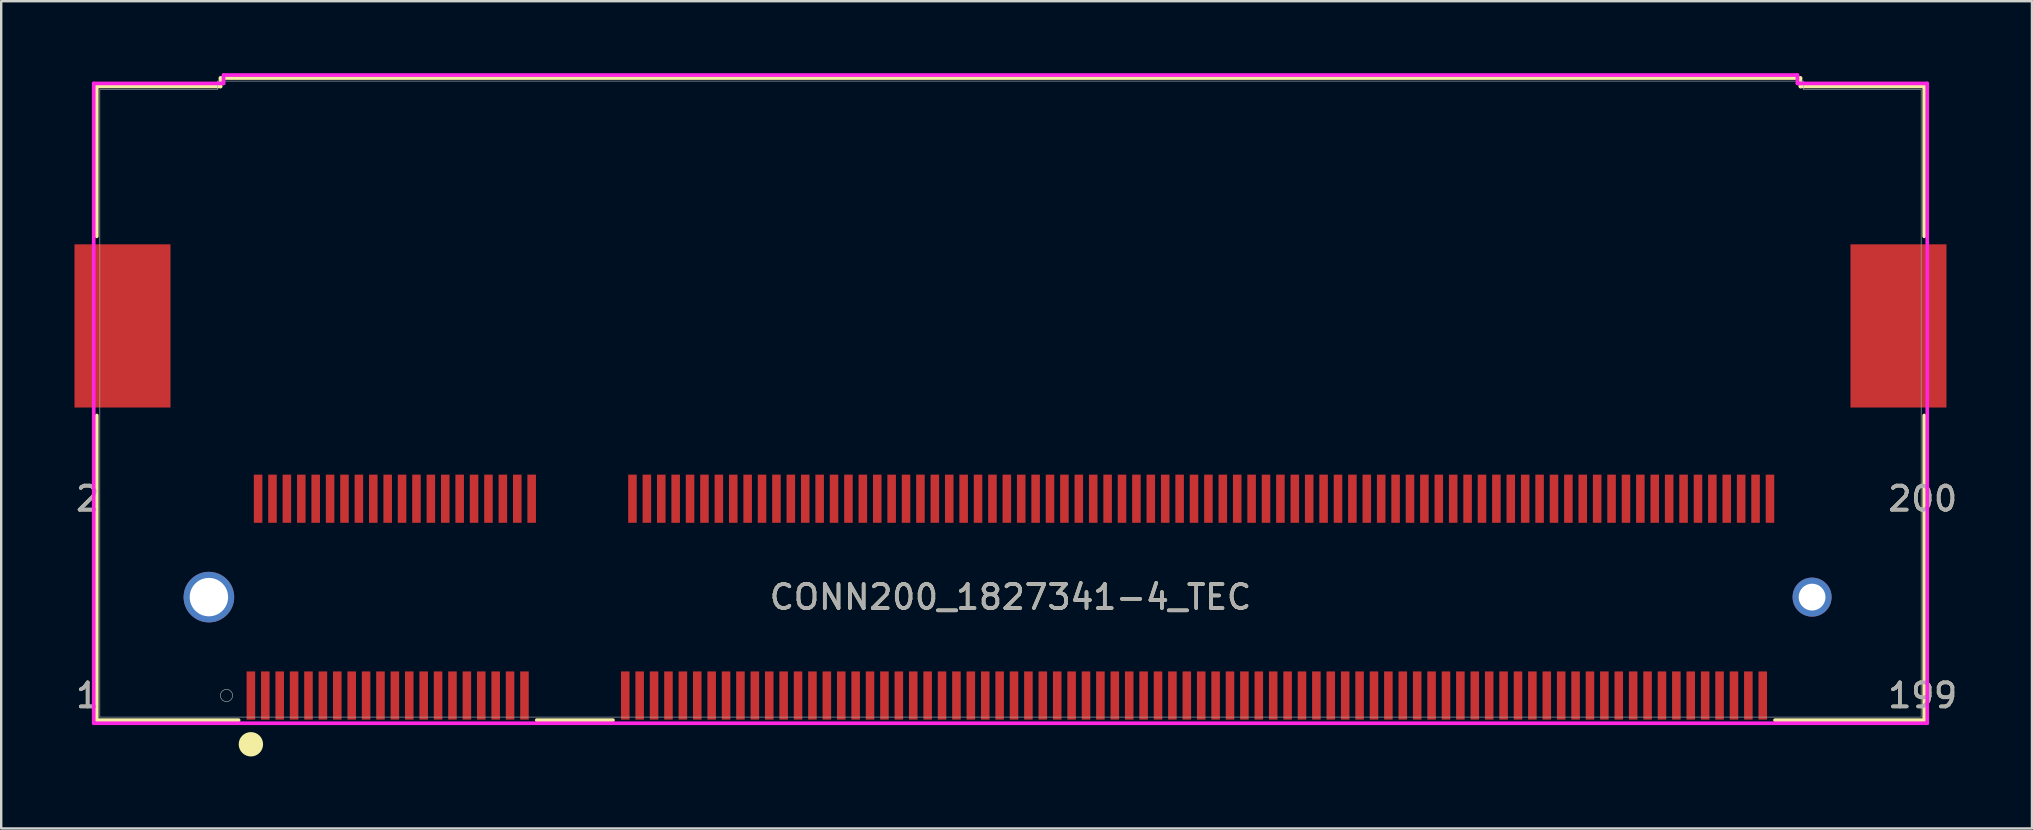
<source format=kicad_pcb>
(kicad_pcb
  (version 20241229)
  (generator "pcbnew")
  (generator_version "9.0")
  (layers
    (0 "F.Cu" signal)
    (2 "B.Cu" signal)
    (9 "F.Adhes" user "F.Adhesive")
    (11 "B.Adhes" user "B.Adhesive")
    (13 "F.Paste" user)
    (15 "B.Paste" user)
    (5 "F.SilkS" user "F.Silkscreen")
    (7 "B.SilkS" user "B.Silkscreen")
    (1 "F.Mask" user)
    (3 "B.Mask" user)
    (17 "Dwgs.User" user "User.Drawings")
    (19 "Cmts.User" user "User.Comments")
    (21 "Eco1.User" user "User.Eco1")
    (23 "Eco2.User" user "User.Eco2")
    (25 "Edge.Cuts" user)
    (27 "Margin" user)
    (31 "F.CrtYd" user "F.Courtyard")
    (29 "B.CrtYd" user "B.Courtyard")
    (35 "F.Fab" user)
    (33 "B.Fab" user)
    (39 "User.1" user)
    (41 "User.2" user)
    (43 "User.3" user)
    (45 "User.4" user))
  (footprint "CONN200_1827341-4_TEC"
    (layer "F.Cu")
    (at 7.404 25.93)
    (property "Reference" "CONN200_1827341-4_TEC" (at 31.65 -4.1 0) (unlocked yes) (layer "F.SilkS") (effects (font (size 1 1) (thickness 0.15))))
    (attr smd)
    (fp_line (start -6.422 -25.377) (end -1.266 -25.377) (stroke (width 0.152) (type solid)) (layer "F.SilkS"))
    (fp_line (start -6.422 -19.133) (end -6.422 -25.377) (stroke (width 0.152) (type solid)) (layer "F.SilkS"))
    (fp_line (start -6.422 1.027) (end -6.422 -11.667) (stroke (width 0.152) (type solid)) (layer "F.SilkS"))
    (fp_line (start -1.266 -25.727) (end 64.566 -25.727) (stroke (width 0.152) (type solid)) (layer "F.SilkS"))
    (fp_line (start -1.266 -25.377) (end -1.266 -25.727) (stroke (width 0.152) (type solid)) (layer "F.SilkS"))
    (fp_line (start -0.51 1.027) (end -6.422 1.027) (stroke (width 0.152) (type solid)) (layer "F.SilkS"))
    (fp_line (start 15.089 1.027) (end 11.909 1.027) (stroke (width 0.152) (type solid)) (layer "F.SilkS"))
    (fp_line (start 64.566 -25.727) (end 64.566 -25.377) (stroke (width 0.152) (type solid)) (layer "F.SilkS"))
    (fp_line (start 64.566 -25.377) (end 69.722 -25.377) (stroke (width 0.152) (type solid)) (layer "F.SilkS"))
    (fp_line (start 69.722 -25.377) (end 69.722 -19.133) (stroke (width 0.152) (type solid)) (layer "F.SilkS"))
    (fp_line (start 69.722 -11.667) (end 69.722 1.027) (stroke (width 0.152) (type solid)) (layer "F.SilkS"))
    (fp_line (start 69.722 1.027) (end 63.504 1.027) (stroke (width 0.152) (type solid)) (layer "F.SilkS"))
    (fp_circle (center 0 2.032) (end 0.254 2.032) (stroke (width 0.508) (type solid)) (fill no) (layer "F.SilkS"))
    (fp_line (start -6.549 -25.504) (end -1.139 -25.504) (stroke (width 0.152) (type solid)) (layer "F.CrtYd"))
    (fp_line (start -6.549 1.154) (end -6.549 -25.504) (stroke (width 0.152) (type solid)) (layer "F.CrtYd"))
    (fp_line (start -1.139 -25.854) (end 64.439 -25.854) (stroke (width 0.152) (type solid)) (layer "F.CrtYd"))
    (fp_line (start -1.139 -25.504) (end -1.139 -25.854) (stroke (width 0.152) (type solid)) (layer "F.CrtYd"))
    (fp_line (start 64.439 -25.854) (end 64.439 -25.504) (stroke (width 0.152) (type solid)) (layer "F.CrtYd"))
    (fp_line (start 64.439 -25.504) (end 69.849 -25.504) (stroke (width 0.152) (type solid)) (layer "F.CrtYd"))
    (fp_line (start 69.849 -25.504) (end 69.849 1.154) (stroke (width 0.152) (type solid)) (layer "F.CrtYd"))
    (fp_line (start 69.849 1.154) (end -6.549 1.154) (stroke (width 0.152) (type solid)) (layer "F.CrtYd"))
    (fp_line (start -6.295 -25.25) (end -1.393 -25.25) (stroke (width 0.025) (type solid)) (layer "F.Fab"))
    (fp_line (start -6.295 0.9) (end -6.295 -25.25) (stroke (width 0.025) (type solid)) (layer "F.Fab"))
    (fp_line (start -1.393 -25.6) (end 64.693 -25.6) (stroke (width 0.025) (type solid)) (layer "F.Fab"))
    (fp_line (start -1.393 -25.25) (end -1.393 -25.6) (stroke (width 0.025) (type solid)) (layer "F.Fab"))
    (fp_line (start 64.693 -25.6) (end 64.693 -25.25) (stroke (width 0.025) (type solid)) (layer "F.Fab"))
    (fp_line (start 64.693 -25.25) (end 69.595 -25.25) (stroke (width 0.025) (type solid)) (layer "F.Fab"))
    (fp_line (start 69.595 -25.25) (end 69.595 0.9) (stroke (width 0.025) (type solid)) (layer "F.Fab"))
    (fp_line (start 69.595 0.9) (end -6.295 0.9) (stroke (width 0.025) (type solid)) (layer "F.Fab"))
    (fp_circle (center -1.016 0) (end -0.762 0) (stroke (width 0.025) (type solid)) (fill no) (layer "F.Fab"))
    (fp_text user "2" (at -6.803 -8.2 0) (unlocked yes) (layer "F.SilkS") (effects (font (size 1 1) (thickness 0.15))))
    (fp_text user "199" (at 69.658 0 0) (unlocked yes) (layer "F.SilkS") (effects (font (size 1 1) (thickness 0.15))))
    (fp_text user "1" (at -6.803 0 0) (unlocked yes) (layer "F.SilkS") (effects (font (size 1 1) (thickness 0.15))))
    (fp_text user "200" (at 69.658 -8.2 0) (unlocked yes) (layer "F.SilkS") (effects (font (size 1 1) (thickness 0.15))))
    (fp_text user "1" (at -6.803 0 0) (unlocked yes) (layer "F.Fab") (effects (font (size 1 1) (thickness 0.15))))
    (fp_text user "${REFERENCE}" (at 31.65 -4.1 0) (unlocked yes) (layer "F.Fab") (effects (font (size 1 1) (thickness 0.15))))
    (fp_text user "2" (at -6.803 -8.2 0) (unlocked yes) (layer "F.Fab") (effects (font (size 1 1) (thickness 0.15))))
    (fp_text user "200" (at 69.658 -8.2 0) (unlocked yes) (layer "F.Fab") (effects (font (size 1 1) (thickness 0.15))))
    (fp_text user "199" (at 69.658 0 0) (unlocked yes) (layer "F.Fab") (effects (font (size 1 1) (thickness 0.15))))
    (pad "1" smd rect (at 0 0) (size 0.356 2.007) (layers "F.Cu" "F.Mask" "F.Paste"))
    (pad "2" smd rect (at 0.3 -8.2) (size 0.356 2.007) (layers "F.Cu" "F.Mask" "F.Paste"))
    (pad "3" smd rect (at 0.6 0) (size 0.356 2.007) (layers "F.Cu" "F.Mask" "F.Paste"))
    (pad "4" smd rect (at 0.9 -8.2) (size 0.356 2.007) (layers "F.Cu" "F.Mask" "F.Paste"))
    (pad "5" smd rect (at 1.2 0) (size 0.356 2.007) (layers "F.Cu" "F.Mask" "F.Paste"))
    (pad "6" smd rect (at 1.5 -8.2) (size 0.356 2.007) (layers "F.Cu" "F.Mask" "F.Paste"))
    (pad "7" smd rect (at 1.8 0) (size 0.356 2.007) (layers "F.Cu" "F.Mask" "F.Paste"))
    (pad "8" smd rect (at 2.1 -8.2) (size 0.356 2.007) (layers "F.Cu" "F.Mask" "F.Paste"))
    (pad "9" smd rect (at 2.4 0) (size 0.356 2.007) (layers "F.Cu" "F.Mask" "F.Paste"))
    (pad "10" smd rect (at 2.7 -8.2) (size 0.356 2.007) (layers "F.Cu" "F.Mask" "F.Paste"))
    (pad "11" smd rect (at 3 0) (size 0.356 2.007) (layers "F.Cu" "F.Mask" "F.Paste"))
    (pad "12" smd rect (at 3.3 -8.2) (size 0.356 2.007) (layers "F.Cu" "F.Mask" "F.Paste"))
    (pad "13" smd rect (at 3.6 0) (size 0.356 2.007) (layers "F.Cu" "F.Mask" "F.Paste"))
    (pad "14" smd rect (at 3.9 -8.2) (size 0.356 2.007) (layers "F.Cu" "F.Mask" "F.Paste"))
    (pad "15" smd rect (at 4.2 0) (size 0.356 2.007) (layers "F.Cu" "F.Mask" "F.Paste"))
    (pad "16" smd rect (at 4.5 -8.2) (size 0.356 2.007) (layers "F.Cu" "F.Mask" "F.Paste"))
    (pad "17" smd rect (at 4.8 0) (size 0.356 2.007) (layers "F.Cu" "F.Mask" "F.Paste"))
    (pad "18" smd rect (at 5.1 -8.2) (size 0.356 2.007) (layers "F.Cu" "F.Mask" "F.Paste"))
    (pad "19" smd rect (at 5.4 0) (size 0.356 2.007) (layers "F.Cu" "F.Mask" "F.Paste"))
    (pad "20" smd rect (at 5.7 -8.2) (size 0.356 2.007) (layers "F.Cu" "F.Mask" "F.Paste"))
    (pad "21" smd rect (at 5.999 0) (size 0.356 2.007) (layers "F.Cu" "F.Mask" "F.Paste"))
    (pad "22" smd rect (at 6.299 -8.2) (size 0.356 2.007) (layers "F.Cu" "F.Mask" "F.Paste"))
    (pad "23" smd rect (at 6.599 0) (size 0.356 2.007) (layers "F.Cu" "F.Mask" "F.Paste"))
    (pad "24" smd rect (at 6.899 -8.2) (size 0.356 2.007) (layers "F.Cu" "F.Mask" "F.Paste"))
    (pad "25" smd rect (at 7.199 0) (size 0.356 2.007) (layers "F.Cu" "F.Mask" "F.Paste"))
    (pad "26" smd rect (at 7.499 -8.2) (size 0.356 2.007) (layers "F.Cu" "F.Mask" "F.Paste"))
    (pad "27" smd rect (at 7.799 0) (size 0.356 2.007) (layers "F.Cu" "F.Mask" "F.Paste"))
    (pad "28" smd rect (at 8.099 -8.2) (size 0.356 2.007) (layers "F.Cu" "F.Mask" "F.Paste"))
    (pad "29" smd rect (at 8.399 0) (size 0.356 2.007) (layers "F.Cu" "F.Mask" "F.Paste"))
    (pad "30" smd rect (at 8.699 -8.2) (size 0.356 2.007) (layers "F.Cu" "F.Mask" "F.Paste"))
    (pad "31" smd rect (at 8.999 0) (size 0.356 2.007) (layers "F.Cu" "F.Mask" "F.Paste"))
    (pad "32" smd rect (at 9.299 -8.2) (size 0.356 2.007) (layers "F.Cu" "F.Mask" "F.Paste"))
    (pad "33" smd rect (at 9.599 0) (size 0.356 2.007) (layers "F.Cu" "F.Mask" "F.Paste"))
    (pad "34" smd rect (at 9.899 -8.2) (size 0.356 2.007) (layers "F.Cu" "F.Mask" "F.Paste"))
    (pad "35" smd rect (at 10.199 0) (size 0.356 2.007) (layers "F.Cu" "F.Mask" "F.Paste"))
    (pad "36" smd rect (at 10.499 -8.2) (size 0.356 2.007) (layers "F.Cu" "F.Mask" "F.Paste"))
    (pad "37" smd rect (at 10.799 0) (size 0.356 2.007) (layers "F.Cu" "F.Mask" "F.Paste"))
    (pad "38" smd rect (at 11.099 -8.2) (size 0.356 2.007) (layers "F.Cu" "F.Mask" "F.Paste"))
    (pad "39" smd rect (at 11.399 0) (size 0.356 2.007) (layers "F.Cu" "F.Mask" "F.Paste"))
    (pad "40" smd rect (at 11.699 -8.2) (size 0.356 2.007) (layers "F.Cu" "F.Mask" "F.Paste"))
    (pad "41" smd rect (at 15.599 0) (size 0.356 2.007) (layers "F.Cu" "F.Mask" "F.Paste"))
    (pad "42" smd rect (at 15.899 -8.2) (size 0.356 2.007) (layers "F.Cu" "F.Mask" "F.Paste"))
    (pad "43" smd rect (at 16.199 0) (size 0.356 2.007) (layers "F.Cu" "F.Mask" "F.Paste"))
    (pad "44" smd rect (at 16.499 -8.2) (size 0.356 2.007) (layers "F.Cu" "F.Mask" "F.Paste"))
    (pad "45" smd rect (at 16.799 0) (size 0.356 2.007) (layers "F.Cu" "F.Mask" "F.Paste"))
    (pad "46" smd rect (at 17.099 -8.2) (size 0.356 2.007) (layers "F.Cu" "F.Mask" "F.Paste"))
    (pad "47" smd rect (at 17.399 0) (size 0.356 2.007) (layers "F.Cu" "F.Mask" "F.Paste"))
    (pad "48" smd rect (at 17.699 -8.2) (size 0.356 2.007) (layers "F.Cu" "F.Mask" "F.Paste"))
    (pad "49" smd rect (at 17.999 0) (size 0.356 2.007) (layers "F.Cu" "F.Mask" "F.Paste"))
    (pad "50" smd rect (at 18.299 -8.2) (size 0.356 2.007) (layers "F.Cu" "F.Mask" "F.Paste"))
    (pad "51" smd rect (at 18.599 0) (size 0.356 2.007) (layers "F.Cu" "F.Mask" "F.Paste"))
    (pad "52" smd rect (at 18.899 -8.2) (size 0.356 2.007) (layers "F.Cu" "F.Mask" "F.Paste"))
    (pad "53" smd rect (at 19.199 0) (size 0.356 2.007) (layers "F.Cu" "F.Mask" "F.Paste"))
    (pad "54" smd rect (at 19.499 -8.2) (size 0.356 2.007) (layers "F.Cu" "F.Mask" "F.Paste"))
    (pad "55" smd rect (at 19.799 0) (size 0.356 2.007) (layers "F.Cu" "F.Mask" "F.Paste"))
    (pad "56" smd rect (at 20.099 -8.2) (size 0.356 2.007) (layers "F.Cu" "F.Mask" "F.Paste"))
    (pad "57" smd rect (at 20.398 0) (size 0.356 2.007) (layers "F.Cu" "F.Mask" "F.Paste"))
    (pad "58" smd rect (at 20.698 -8.2) (size 0.356 2.007) (layers "F.Cu" "F.Mask" "F.Paste"))
    (pad "59" smd rect (at 20.998 0) (size 0.356 2.007) (layers "F.Cu" "F.Mask" "F.Paste"))
    (pad "60" smd rect (at 21.298 -8.2) (size 0.356 2.007) (layers "F.Cu" "F.Mask" "F.Paste"))
    (pad "61" smd rect (at 21.598 0) (size 0.356 2.007) (layers "F.Cu" "F.Mask" "F.Paste"))
    (pad "62" smd rect (at 21.898 -8.2) (size 0.356 2.007) (layers "F.Cu" "F.Mask" "F.Paste"))
    (pad "63" smd rect (at 22.198 0) (size 0.356 2.007) (layers "F.Cu" "F.Mask" "F.Paste"))
    (pad "64" smd rect (at 22.498 -8.2) (size 0.356 2.007) (layers "F.Cu" "F.Mask" "F.Paste"))
    (pad "65" smd rect (at 22.798 0) (size 0.356 2.007) (layers "F.Cu" "F.Mask" "F.Paste"))
    (pad "66" smd rect (at 23.098 -8.2) (size 0.356 2.007) (layers "F.Cu" "F.Mask" "F.Paste"))
    (pad "67" smd rect (at 23.398 0) (size 0.356 2.007) (layers "F.Cu" "F.Mask" "F.Paste"))
    (pad "68" smd rect (at 23.698 -8.2) (size 0.356 2.007) (layers "F.Cu" "F.Mask" "F.Paste"))
    (pad "69" smd rect (at 23.998 0) (size 0.356 2.007) (layers "F.Cu" "F.Mask" "F.Paste"))
    (pad "70" smd rect (at 24.298 -8.2) (size 0.356 2.007) (layers "F.Cu" "F.Mask" "F.Paste"))
    (pad "71" smd rect (at 24.598 0) (size 0.356 2.007) (layers "F.Cu" "F.Mask" "F.Paste"))
    (pad "72" smd rect (at 24.898 -8.2) (size 0.356 2.007) (layers "F.Cu" "F.Mask" "F.Paste"))
    (pad "73" smd rect (at 25.198 0) (size 0.356 2.007) (layers "F.Cu" "F.Mask" "F.Paste"))
    (pad "74" smd rect (at 25.498 -8.2) (size 0.356 2.007) (layers "F.Cu" "F.Mask" "F.Paste"))
    (pad "75" smd rect (at 25.798 0) (size 0.356 2.007) (layers "F.Cu" "F.Mask" "F.Paste"))
    (pad "76" smd rect (at 26.098 -8.2) (size 0.356 2.007) (layers "F.Cu" "F.Mask" "F.Paste"))
    (pad "77" smd rect (at 26.398 0) (size 0.356 2.007) (layers "F.Cu" "F.Mask" "F.Paste"))
    (pad "78" smd rect (at 26.698 -8.2) (size 0.356 2.007) (layers "F.Cu" "F.Mask" "F.Paste"))
    (pad "79" smd rect (at 26.998 0) (size 0.356 2.007) (layers "F.Cu" "F.Mask" "F.Paste"))
    (pad "80" smd rect (at 27.298 -8.2) (size 0.356 2.007) (layers "F.Cu" "F.Mask" "F.Paste"))
    (pad "81" smd rect (at 27.598 0) (size 0.356 2.007) (layers "F.Cu" "F.Mask" "F.Paste"))
    (pad "82" smd rect (at 27.898 -8.2) (size 0.356 2.007) (layers "F.Cu" "F.Mask" "F.Paste"))
    (pad "83" smd rect (at 28.198 0) (size 0.356 2.007) (layers "F.Cu" "F.Mask" "F.Paste"))
    (pad "84" smd rect (at 28.498 -8.2) (size 0.356 2.007) (layers "F.Cu" "F.Mask" "F.Paste"))
    (pad "85" smd rect (at 28.798 0) (size 0.356 2.007) (layers "F.Cu" "F.Mask" "F.Paste"))
    (pad "86" smd rect (at 29.098 -8.2) (size 0.356 2.007) (layers "F.Cu" "F.Mask" "F.Paste"))
    (pad "87" smd rect (at 29.398 0) (size 0.356 2.007) (layers "F.Cu" "F.Mask" "F.Paste"))
    (pad "88" smd rect (at 29.698 -8.2) (size 0.356 2.007) (layers "F.Cu" "F.Mask" "F.Paste"))
    (pad "89" smd rect (at 29.998 0) (size 0.356 2.007) (layers "F.Cu" "F.Mask" "F.Paste"))
    (pad "90" smd rect (at 30.298 -8.2) (size 0.356 2.007) (layers "F.Cu" "F.Mask" "F.Paste"))
    (pad "91" smd rect (at 30.598 0) (size 0.356 2.007) (layers "F.Cu" "F.Mask" "F.Paste"))
    (pad "92" smd rect (at 30.898 -8.2) (size 0.356 2.007) (layers "F.Cu" "F.Mask" "F.Paste"))
    (pad "93" smd rect (at 31.198 0) (size 0.356 2.007) (layers "F.Cu" "F.Mask" "F.Paste"))
    (pad "94" smd rect (at 31.498 -8.2) (size 0.356 2.007) (layers "F.Cu" "F.Mask" "F.Paste"))
    (pad "95" smd rect (at 31.797 0) (size 0.356 2.007) (layers "F.Cu" "F.Mask" "F.Paste"))
    (pad "96" smd rect (at 32.097 -8.2) (size 0.356 2.007) (layers "F.Cu" "F.Mask" "F.Paste"))
    (pad "97" smd rect (at 32.397 0) (size 0.356 2.007) (layers "F.Cu" "F.Mask" "F.Paste"))
    (pad "98" smd rect (at 32.697 -8.2) (size 0.356 2.007) (layers "F.Cu" "F.Mask" "F.Paste"))
    (pad "99" smd rect (at 32.997 0) (size 0.356 2.007) (layers "F.Cu" "F.Mask" "F.Paste"))
    (pad "100" smd rect (at 33.297 -8.2) (size 0.356 2.007) (layers "F.Cu" "F.Mask" "F.Paste"))
    (pad "101" smd rect (at 33.597 0) (size 0.356 2.007) (layers "F.Cu" "F.Mask" "F.Paste"))
    (pad "102" smd rect (at 33.897 -8.2) (size 0.356 2.007) (layers "F.Cu" "F.Mask" "F.Paste"))
    (pad "103" smd rect (at 34.197 0) (size 0.356 2.007) (layers "F.Cu" "F.Mask" "F.Paste"))
    (pad "104" smd rect (at 34.497 -8.2) (size 0.356 2.007) (layers "F.Cu" "F.Mask" "F.Paste"))
    (pad "105" smd rect (at 34.797 0) (size 0.356 2.007) (layers "F.Cu" "F.Mask" "F.Paste"))
    (pad "106" smd rect (at 35.097 -8.2) (size 0.356 2.007) (layers "F.Cu" "F.Mask" "F.Paste"))
    (pad "107" smd rect (at 35.397 0) (size 0.356 2.007) (layers "F.Cu" "F.Mask" "F.Paste"))
    (pad "108" smd rect (at 35.697 -8.2) (size 0.356 2.007) (layers "F.Cu" "F.Mask" "F.Paste"))
    (pad "109" smd rect (at 35.997 0) (size 0.356 2.007) (layers "F.Cu" "F.Mask" "F.Paste"))
    (pad "110" smd rect (at 36.297 -8.2) (size 0.356 2.007) (layers "F.Cu" "F.Mask" "F.Paste"))
    (pad "111" smd rect (at 36.597 0) (size 0.356 2.007) (layers "F.Cu" "F.Mask" "F.Paste"))
    (pad "112" smd rect (at 36.897 -8.2) (size 0.356 2.007) (layers "F.Cu" "F.Mask" "F.Paste"))
    (pad "113" smd rect (at 37.197 0) (size 0.356 2.007) (layers "F.Cu" "F.Mask" "F.Paste"))
    (pad "114" smd rect (at 37.497 -8.2) (size 0.356 2.007) (layers "F.Cu" "F.Mask" "F.Paste"))
    (pad "115" smd rect (at 37.797 0) (size 0.356 2.007) (layers "F.Cu" "F.Mask" "F.Paste"))
    (pad "116" smd rect (at 38.097 -8.2) (size 0.356 2.007) (layers "F.Cu" "F.Mask" "F.Paste"))
    (pad "117" smd rect (at 38.397 0) (size 0.356 2.007) (layers "F.Cu" "F.Mask" "F.Paste"))
    (pad "118" smd rect (at 38.697 -8.2) (size 0.356 2.007) (layers "F.Cu" "F.Mask" "F.Paste"))
    (pad "119" smd rect (at 38.997 0) (size 0.356 2.007) (layers "F.Cu" "F.Mask" "F.Paste"))
    (pad "120" smd rect (at 39.297 -8.2) (size 0.356 2.007) (layers "F.Cu" "F.Mask" "F.Paste"))
    (pad "121" smd rect (at 39.597 0) (size 0.356 2.007) (layers "F.Cu" "F.Mask" "F.Paste"))
    (pad "122" smd rect (at 39.897 -8.2) (size 0.356 2.007) (layers "F.Cu" "F.Mask" "F.Paste"))
    (pad "123" smd rect (at 40.197 0) (size 0.356 2.007) (layers "F.Cu" "F.Mask" "F.Paste"))
    (pad "124" smd rect (at 40.497 -8.2) (size 0.356 2.007) (layers "F.Cu" "F.Mask" "F.Paste"))
    (pad "125" smd rect (at 40.797 0) (size 0.356 2.007) (layers "F.Cu" "F.Mask" "F.Paste"))
    (pad "126" smd rect (at 41.097 -8.2) (size 0.356 2.007) (layers "F.Cu" "F.Mask" "F.Paste"))
    (pad "127" smd rect (at 41.397 0) (size 0.356 2.007) (layers "F.Cu" "F.Mask" "F.Paste"))
    (pad "128" smd rect (at 41.697 -8.2) (size 0.356 2.007) (layers "F.Cu" "F.Mask" "F.Paste"))
    (pad "129" smd rect (at 41.997 0) (size 0.356 2.007) (layers "F.Cu" "F.Mask" "F.Paste"))
    (pad "130" smd rect (at 42.297 -8.2) (size 0.356 2.007) (layers "F.Cu" "F.Mask" "F.Paste"))
    (pad "131" smd rect (at 42.597 0) (size 0.356 2.007) (layers "F.Cu" "F.Mask" "F.Paste"))
    (pad "132" smd rect (at 42.897 -8.2) (size 0.356 2.007) (layers "F.Cu" "F.Mask" "F.Paste"))
    (pad "133" smd rect (at 43.197 0) (size 0.356 2.007) (layers "F.Cu" "F.Mask" "F.Paste"))
    (pad "134" smd rect (at 43.497 -8.2) (size 0.356 2.007) (layers "F.Cu" "F.Mask" "F.Paste"))
    (pad "135" smd rect (at 43.796 0) (size 0.356 2.007) (layers "F.Cu" "F.Mask" "F.Paste"))
    (pad "136" smd rect (at 44.096 -8.2) (size 0.356 2.007) (layers "F.Cu" "F.Mask" "F.Paste"))
    (pad "137" smd rect (at 44.396 0) (size 0.356 2.007) (layers "F.Cu" "F.Mask" "F.Paste"))
    (pad "138" smd rect (at 44.696 -8.2) (size 0.356 2.007) (layers "F.Cu" "F.Mask" "F.Paste"))
    (pad "139" smd rect (at 44.996 0) (size 0.356 2.007) (layers "F.Cu" "F.Mask" "F.Paste"))
    (pad "140" smd rect (at 45.296 -8.2) (size 0.356 2.007) (layers "F.Cu" "F.Mask" "F.Paste"))
    (pad "141" smd rect (at 45.596 0) (size 0.356 2.007) (layers "F.Cu" "F.Mask" "F.Paste"))
    (pad "142" smd rect (at 45.896 -8.2) (size 0.356 2.007) (layers "F.Cu" "F.Mask" "F.Paste"))
    (pad "143" smd rect (at 46.196 0) (size 0.356 2.007) (layers "F.Cu" "F.Mask" "F.Paste"))
    (pad "144" smd rect (at 46.496 -8.2) (size 0.356 2.007) (layers "F.Cu" "F.Mask" "F.Paste"))
    (pad "145" smd rect (at 46.796 0) (size 0.356 2.007) (layers "F.Cu" "F.Mask" "F.Paste"))
    (pad "146" smd rect (at 47.096 -8.2) (size 0.356 2.007) (layers "F.Cu" "F.Mask" "F.Paste"))
    (pad "147" smd rect (at 47.396 0) (size 0.356 2.007) (layers "F.Cu" "F.Mask" "F.Paste"))
    (pad "148" smd rect (at 47.696 -8.2) (size 0.356 2.007) (layers "F.Cu" "F.Mask" "F.Paste"))
    (pad "149" smd rect (at 47.996 0) (size 0.356 2.007) (layers "F.Cu" "F.Mask" "F.Paste"))
    (pad "150" smd rect (at 48.296 -8.2) (size 0.356 2.007) (layers "F.Cu" "F.Mask" "F.Paste"))
    (pad "151" smd rect (at 48.596 0) (size 0.356 2.007) (layers "F.Cu" "F.Mask" "F.Paste"))
    (pad "152" smd rect (at 48.896 -8.2) (size 0.356 2.007) (layers "F.Cu" "F.Mask" "F.Paste"))
    (pad "153" smd rect (at 49.196 0) (size 0.356 2.007) (layers "F.Cu" "F.Mask" "F.Paste"))
    (pad "154" smd rect (at 49.496 -8.2) (size 0.356 2.007) (layers "F.Cu" "F.Mask" "F.Paste"))
    (pad "155" smd rect (at 49.796 0) (size 0.356 2.007) (layers "F.Cu" "F.Mask" "F.Paste"))
    (pad "156" smd rect (at 50.096 -8.2) (size 0.356 2.007) (layers "F.Cu" "F.Mask" "F.Paste"))
    (pad "157" smd rect (at 50.396 0) (size 0.356 2.007) (layers "F.Cu" "F.Mask" "F.Paste"))
    (pad "158" smd rect (at 50.696 -8.2) (size 0.356 2.007) (layers "F.Cu" "F.Mask" "F.Paste"))
    (pad "159" smd rect (at 50.996 0) (size 0.356 2.007) (layers "F.Cu" "F.Mask" "F.Paste"))
    (pad "160" smd rect (at 51.296 -8.2) (size 0.356 2.007) (layers "F.Cu" "F.Mask" "F.Paste"))
    (pad "161" smd rect (at 51.596 0) (size 0.356 2.007) (layers "F.Cu" "F.Mask" "F.Paste"))
    (pad "162" smd rect (at 51.896 -8.2) (size 0.356 2.007) (layers "F.Cu" "F.Mask" "F.Paste"))
    (pad "163" smd rect (at 52.196 0) (size 0.356 2.007) (layers "F.Cu" "F.Mask" "F.Paste"))
    (pad "164" smd rect (at 52.496 -8.2) (size 0.356 2.007) (layers "F.Cu" "F.Mask" "F.Paste"))
    (pad "165" smd rect (at 52.796 0) (size 0.356 2.007) (layers "F.Cu" "F.Mask" "F.Paste"))
    (pad "166" smd rect (at 53.096 -8.2) (size 0.356 2.007) (layers "F.Cu" "F.Mask" "F.Paste"))
    (pad "167" smd rect (at 53.396 0) (size 0.356 2.007) (layers "F.Cu" "F.Mask" "F.Paste"))
    (pad "168" smd rect (at 53.696 -8.2) (size 0.356 2.007) (layers "F.Cu" "F.Mask" "F.Paste"))
    (pad "169" smd rect (at 53.996 0) (size 0.356 2.007) (layers "F.Cu" "F.Mask" "F.Paste"))
    (pad "170" smd rect (at 54.296 -8.2) (size 0.356 2.007) (layers "F.Cu" "F.Mask" "F.Paste"))
    (pad "171" smd rect (at 54.596 0) (size 0.356 2.007) (layers "F.Cu" "F.Mask" "F.Paste"))
    (pad "172" smd rect (at 54.896 -8.2) (size 0.356 2.007) (layers "F.Cu" "F.Mask" "F.Paste"))
    (pad "173" smd rect (at 55.195 0) (size 0.356 2.007) (layers "F.Cu" "F.Mask" "F.Paste"))
    (pad "174" smd rect (at 55.495 -8.2) (size 0.356 2.007) (layers "F.Cu" "F.Mask" "F.Paste"))
    (pad "175" smd rect (at 55.795 0) (size 0.356 2.007) (layers "F.Cu" "F.Mask" "F.Paste"))
    (pad "176" smd rect (at 56.095 -8.2) (size 0.356 2.007) (layers "F.Cu" "F.Mask" "F.Paste"))
    (pad "177" smd rect (at 56.395 0) (size 0.356 2.007) (layers "F.Cu" "F.Mask" "F.Paste"))
    (pad "178" smd rect (at 56.695 -8.2) (size 0.356 2.007) (layers "F.Cu" "F.Mask" "F.Paste"))
    (pad "179" smd rect (at 56.995 0) (size 0.356 2.007) (layers "F.Cu" "F.Mask" "F.Paste"))
    (pad "180" smd rect (at 57.295 -8.2) (size 0.356 2.007) (layers "F.Cu" "F.Mask" "F.Paste"))
    (pad "181" smd rect (at 57.595 0) (size 0.356 2.007) (layers "F.Cu" "F.Mask" "F.Paste"))
    (pad "182" smd rect (at 57.895 -8.2) (size 0.356 2.007) (layers "F.Cu" "F.Mask" "F.Paste"))
    (pad "183" smd rect (at 58.195 0) (size 0.356 2.007) (layers "F.Cu" "F.Mask" "F.Paste"))
    (pad "184" smd rect (at 58.495 -8.2) (size 0.356 2.007) (layers "F.Cu" "F.Mask" "F.Paste"))
    (pad "185" smd rect (at 58.795 0) (size 0.356 2.007) (layers "F.Cu" "F.Mask" "F.Paste"))
    (pad "186" smd rect (at 59.095 -8.2) (size 0.356 2.007) (layers "F.Cu" "F.Mask" "F.Paste"))
    (pad "187" smd rect (at 59.395 0) (size 0.356 2.007) (layers "F.Cu" "F.Mask" "F.Paste"))
    (pad "188" smd rect (at 59.695 -8.2) (size 0.356 2.007) (layers "F.Cu" "F.Mask" "F.Paste"))
    (pad "189" smd rect (at 59.995 0) (size 0.356 2.007) (layers "F.Cu" "F.Mask" "F.Paste"))
    (pad "190" smd rect (at 60.295 -8.2) (size 0.356 2.007) (layers "F.Cu" "F.Mask" "F.Paste"))
    (pad "191" smd rect (at 60.595 0) (size 0.356 2.007) (layers "F.Cu" "F.Mask" "F.Paste"))
    (pad "192" smd rect (at 60.895 -8.2) (size 0.356 2.007) (layers "F.Cu" "F.Mask" "F.Paste"))
    (pad "193" smd rect (at 61.195 0) (size 0.356 2.007) (layers "F.Cu" "F.Mask" "F.Paste"))
    (pad "194" smd rect (at 61.495 -8.2) (size 0.356 2.007) (layers "F.Cu" "F.Mask" "F.Paste"))
    (pad "195" smd rect (at 61.795 0) (size 0.356 2.007) (layers "F.Cu" "F.Mask" "F.Paste"))
    (pad "196" smd rect (at 62.095 -8.2) (size 0.356 2.007) (layers "F.Cu" "F.Mask" "F.Paste"))
    (pad "197" smd rect (at 62.395 0) (size 0.356 2.007) (layers "F.Cu" "F.Mask" "F.Paste"))
    (pad "198" smd rect (at 62.695 -8.2) (size 0.356 2.007) (layers "F.Cu" "F.Mask" "F.Paste"))
    (pad "199" smd rect (at 62.995 0) (size 0.356 2.007) (layers "F.Cu" "F.Mask" "F.Paste"))
    (pad "200" smd rect (at 63.295 -8.2) (size 0.356 2.007) (layers "F.Cu" "F.Mask" "F.Paste"))
    (pad "201" smd rect (at -5.35 -15.4) (size 4 6.8) (layers "F.Cu" "F.Mask" "F.Paste"))
    (pad "202" smd rect (at 68.65 -15.4) (size 4 6.8) (layers "F.Cu" "F.Mask" "F.Paste"))
    (pad "203" thru_hole circle (at -1.75 -4.1) (size 2.108 2.108) (drill 1.6) (layers "*.Cu" "*.Mask"))
    (pad "204" thru_hole circle (at 65.05 -4.1) (size 1.626 1.626) (drill 1.118) (layers "*.Cu" "*.Mask")))
  (gr_rect
    (start -3 -3)
    (end 81.616 31.47)
    (stroke (width 0.1) (type default))
    (fill no)
    (layer "Edge.Cuts")))
</source>
